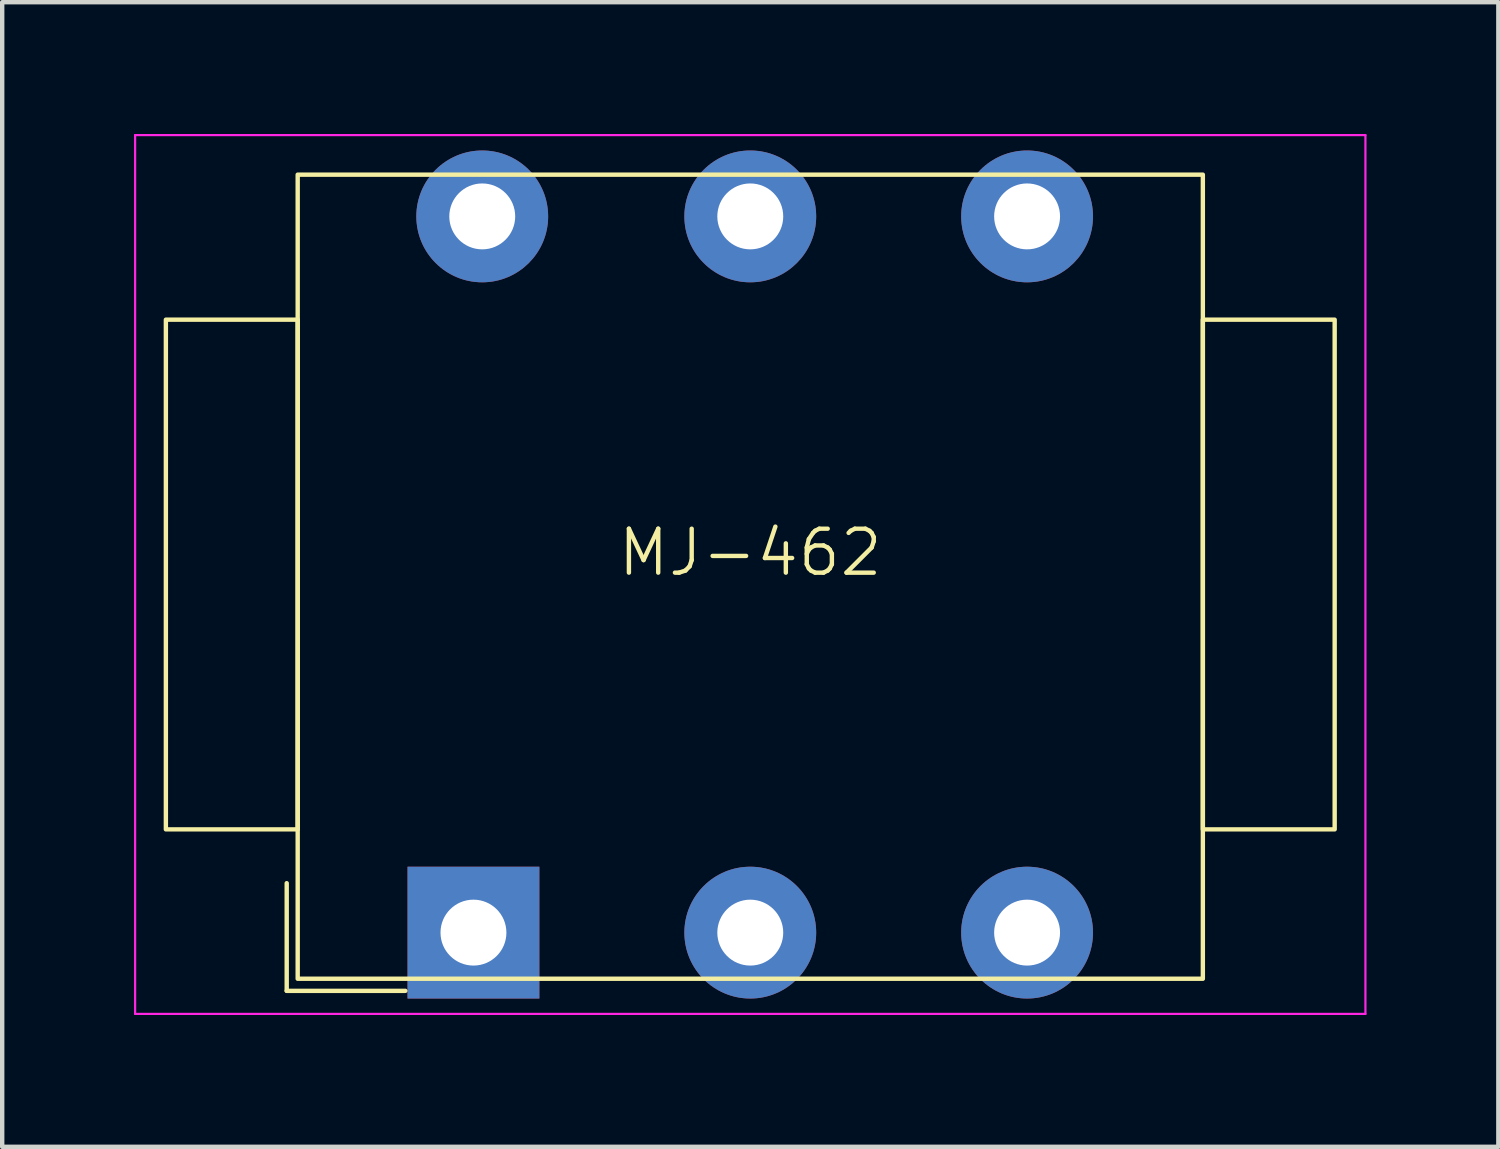
<source format=kicad_pcb>
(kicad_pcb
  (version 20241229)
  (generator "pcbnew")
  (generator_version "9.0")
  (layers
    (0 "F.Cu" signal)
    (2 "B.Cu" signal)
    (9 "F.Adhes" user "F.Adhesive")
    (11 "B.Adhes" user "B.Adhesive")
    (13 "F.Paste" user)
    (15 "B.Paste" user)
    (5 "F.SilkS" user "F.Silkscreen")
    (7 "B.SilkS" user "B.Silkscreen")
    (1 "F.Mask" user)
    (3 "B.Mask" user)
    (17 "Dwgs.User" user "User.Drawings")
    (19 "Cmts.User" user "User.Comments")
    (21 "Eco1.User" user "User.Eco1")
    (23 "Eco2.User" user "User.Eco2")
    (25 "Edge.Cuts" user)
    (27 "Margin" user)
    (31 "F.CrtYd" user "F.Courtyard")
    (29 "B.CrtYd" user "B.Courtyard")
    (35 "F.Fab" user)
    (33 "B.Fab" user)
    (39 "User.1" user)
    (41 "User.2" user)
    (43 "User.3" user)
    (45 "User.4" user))
  (footprint "MJ-462"
    (layer "F.Cu")
    (at 14.025 10.025)
    (property "Reference" "MJ-462" (at 0 -0.5 0) (unlocked yes) (layer "F.SilkS") (effects (font (size 1 1) (thickness 0.1))))
    (attr through_hole)
    (fp_line (start -10.55 7.025) (end -10.55 9.475) (stroke (width 0.1) (type default)) (layer "F.SilkS"))
    (fp_line (start -10.55 9.475) (end -7.85 9.475) (stroke (width 0.1) (type default)) (layer "F.SilkS"))
    (fp_rect (start -13.3 -5.8) (end -10.3 5.8) (stroke (width 0.1) (type default)) (fill no) (layer "F.SilkS"))
    (fp_rect (start -10.3 -9.1) (end 10.3 9.2) (stroke (width 0.1) (type default)) (fill no) (layer "F.SilkS"))
    (fp_rect (start 10.3 -5.8) (end 13.3 5.8) (stroke (width 0.1) (type default)) (fill no) (layer "F.SilkS"))
    (fp_line (start -14 -10) (end 14 -10) (stroke (width 0.05) (type default)) (layer "F.CrtYd"))
    (fp_line (start -14 10) (end -14 -10) (stroke (width 0.05) (type default)) (layer "F.CrtYd"))
    (fp_line (start 14 -10) (end 14 10) (stroke (width 0.05) (type default)) (layer "F.CrtYd"))
    (fp_line (start 14 10) (end -14 10) (stroke (width 0.05) (type default)) (layer "F.CrtYd"))
    (pad "1" thru_hole rect (at -6.3 8.15) (size 3 3) (drill 1.5) (layers "*.Cu" "*.Mask"))
    (pad "2" thru_hole circle (at 0 8.15) (size 3 3) (drill 1.5) (layers "*.Cu" "*.Mask"))
    (pad "3" thru_hole circle (at 6.3 8.15) (size 3 3) (drill 1.5) (layers "*.Cu" "*.Mask"))
    (pad "4" thru_hole circle (at -6.1 -8.15) (size 3 3) (drill 1.5) (layers "*.Cu" "*.Mask"))
    (pad "5" thru_hole circle (at 0 -8.15) (size 3 3) (drill 1.5) (layers "*.Cu" "*.Mask"))
    (pad "6" thru_hole circle (at 6.3 -8.15) (size 3 3) (drill 1.5) (layers "*.Cu" "*.Mask")))
  (gr_rect
    (start -3 -3)
    (end 31.05 23.05)
    (stroke (width 0.1) (type default))
    (fill no)
    (layer "Edge.Cuts")))
</source>
